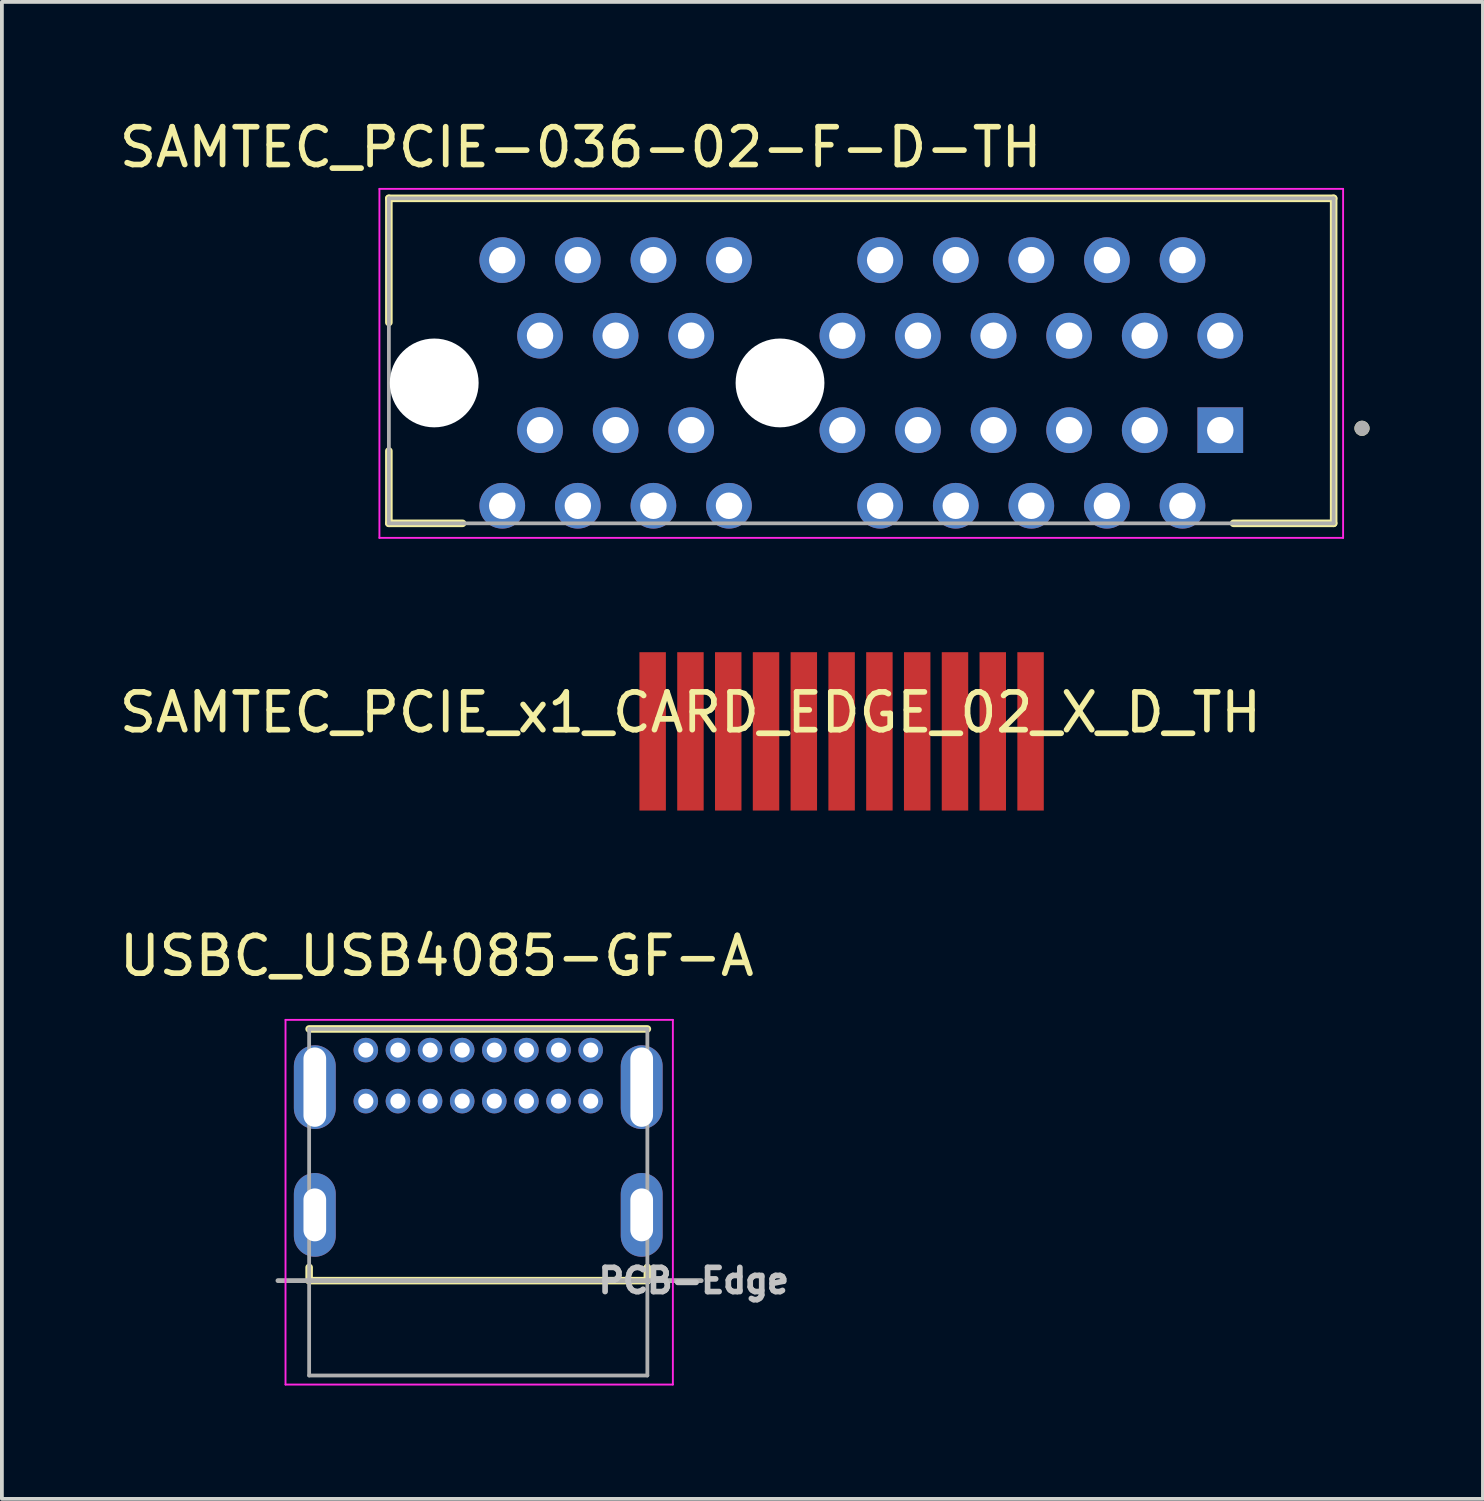
<source format=kicad_pcb>
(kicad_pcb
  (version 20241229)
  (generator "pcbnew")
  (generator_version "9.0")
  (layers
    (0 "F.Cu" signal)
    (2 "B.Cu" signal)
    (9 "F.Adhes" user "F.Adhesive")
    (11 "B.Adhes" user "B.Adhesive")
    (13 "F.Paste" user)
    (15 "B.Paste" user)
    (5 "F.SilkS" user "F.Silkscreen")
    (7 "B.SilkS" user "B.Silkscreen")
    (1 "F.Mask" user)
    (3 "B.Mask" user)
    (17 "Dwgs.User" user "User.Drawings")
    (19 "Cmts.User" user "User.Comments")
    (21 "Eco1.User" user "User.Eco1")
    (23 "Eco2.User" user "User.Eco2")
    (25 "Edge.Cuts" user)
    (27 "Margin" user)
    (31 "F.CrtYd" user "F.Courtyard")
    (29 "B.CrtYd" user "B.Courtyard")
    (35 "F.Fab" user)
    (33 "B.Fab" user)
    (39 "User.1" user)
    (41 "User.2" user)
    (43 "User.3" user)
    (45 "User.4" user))
  (footprint "USBC_USB4085-GF-A"
    (layer "F.Cu")
    (at 9.605 28.762)
    (property "Reference" "USBC_USB4085-GF-A" (at -1.097 -6.515 0) (layer "F.SilkS") (effects (font (size 1 1) (thickness 0.15))))
    (attr through_hole)
    (fp_line (start -4.475 -4.585) (end 4.475 -4.585) (stroke (width 0.2) (type solid)) (layer "F.SilkS"))
    (fp_line (start -4.475 1.725) (end -4.475 2.075) (stroke (width 0.2) (type solid)) (layer "F.SilkS"))
    (fp_line (start -4.475 2.075) (end 4.475 2.075) (stroke (width 0.2) (type solid)) (layer "F.SilkS"))
    (fp_line (start 4.475 2.075) (end 4.475 1.725) (stroke (width 0.2) (type solid)) (layer "F.SilkS"))
    (fp_line (start -5.1 -4.825) (end 5.15 -4.825) (stroke (width 0.05) (type solid)) (layer "F.CrtYd"))
    (fp_line (start -5.1 4.825) (end -5.1 -4.825) (stroke (width 0.05) (type solid)) (layer "F.CrtYd"))
    (fp_line (start 5.15 -4.825) (end 5.15 4.825) (stroke (width 0.05) (type solid)) (layer "F.CrtYd"))
    (fp_line (start 5.15 4.825) (end -5.1 4.825) (stroke (width 0.05) (type solid)) (layer "F.CrtYd"))
    (fp_line (start -5.3 2.075) (end 5.9 2.075) (stroke (width 0.127) (type solid)) (layer "F.Fab"))
    (fp_line (start -4.475 -4.585) (end 4.475 -4.585) (stroke (width 0.1) (type solid)) (layer "F.Fab"))
    (fp_line (start -4.475 4.585) (end -4.475 -4.585) (stroke (width 0.1) (type solid)) (layer "F.Fab"))
    (fp_line (start 4.475 -4.585) (end 4.475 4.585) (stroke (width 0.1) (type solid)) (layer "F.Fab"))
    (fp_line (start 4.475 4.585) (end -4.475 4.585) (stroke (width 0.1) (type solid)) (layer "F.Fab"))
    (fp_text user "PCB-Edge" (at 5.703 2.076 0) (layer "Dwgs.User") (effects (font (size 0.64 0.64) (thickness 0.15))))
    (pad "A1" thru_hole circle (at -2.975 -4.025) (size 0.65 0.65) (drill 0.4) (layers "*.Cu" "*.Mask"))
    (pad "A4" thru_hole circle (at -2.125 -4.025) (size 0.65 0.65) (drill 0.4) (layers "*.Cu" "*.Mask"))
    (pad "A5" thru_hole circle (at -1.275 -4.025) (size 0.65 0.65) (drill 0.4) (layers "*.Cu" "*.Mask"))
    (pad "A6" thru_hole circle (at -0.425 -4.025) (size 0.65 0.65) (drill 0.4) (layers "*.Cu" "*.Mask"))
    (pad "A7" thru_hole circle (at 0.425 -4.025) (size 0.65 0.65) (drill 0.4) (layers "*.Cu" "*.Mask"))
    (pad "A8" thru_hole circle (at 1.275 -4.025) (size 0.65 0.65) (drill 0.4) (layers "*.Cu" "*.Mask"))
    (pad "A9" thru_hole circle (at 2.125 -4.025) (size 0.65 0.65) (drill 0.4) (layers "*.Cu" "*.Mask"))
    (pad "A12" thru_hole circle (at 2.975 -4.025) (size 0.65 0.65) (drill 0.4) (layers "*.Cu" "*.Mask"))
    (pad "B1" thru_hole circle (at 2.975 -2.675) (size 0.65 0.65) (drill 0.4) (layers "*.Cu" "*.Mask"))
    (pad "B4" thru_hole circle (at 2.125 -2.675) (size 0.65 0.65) (drill 0.4) (layers "*.Cu" "*.Mask"))
    (pad "B5" thru_hole circle (at 1.275 -2.675) (size 0.65 0.65) (drill 0.4) (layers "*.Cu" "*.Mask"))
    (pad "B6" thru_hole circle (at 0.425 -2.675) (size 0.65 0.65) (drill 0.4) (layers "*.Cu" "*.Mask"))
    (pad "B7" thru_hole circle (at -0.425 -2.675) (size 0.65 0.65) (drill 0.4) (layers "*.Cu" "*.Mask"))
    (pad "B8" thru_hole circle (at -1.275 -2.675) (size 0.65 0.65) (drill 0.4) (layers "*.Cu" "*.Mask"))
    (pad "B9" thru_hole circle (at -2.125 -2.675) (size 0.65 0.65) (drill 0.4) (layers "*.Cu" "*.Mask"))
    (pad "B12" thru_hole circle (at -2.975 -2.675) (size 0.65 0.65) (drill 0.4) (layers "*.Cu" "*.Mask"))
    (pad "P1" thru_hole oval (at -4.325 -3.045) (size 1.108 2.216) (drill oval 0.6 2.1) (layers "*.Cu" "*.Mask"))
    (pad "P2" thru_hole oval (at 4.325 -3.045) (size 1.108 2.216) (drill oval 0.6 2.1) (layers "*.Cu" "*.Mask"))
    (pad "P3" thru_hole oval (at 4.325 0.335) (size 1.108 2.216) (drill oval 0.6 1.4) (layers "*.Cu" "*.Mask"))
    (pad "P4" thru_hole oval (at -4.325 0.335) (size 1.108 2.216) (drill oval 0.6 1.4) (layers "*.Cu" "*.Mask")))
  (footprint "SAMTEC_PCIE_x1_CARD_EDGE_02_X_D_TH"
    (layer "F.Cu")
    (at 15.22 16.303)
    (property "Reference" "SAMTEC_PCIE_x1_CARD_EDGE_02_X_D_TH" (at 0 -0.5 0) (unlocked yes) (layer "F.SilkS") (effects (font (size 1 1) (thickness 0.15))))
    (attr smd)
    (pad "1" smd rect (at -1 0) (size 0.7 4.19) (layers "F.Cu" "F.Mask" "F.Paste"))
    (pad "1" smd rect (at 0 0) (size 0.7 4.19) (layers "F.Cu" "F.Mask" "F.Paste"))
    (pad "1" smd rect (at 1 0) (size 0.7 4.19) (layers "F.Cu" "F.Mask" "F.Paste"))
    (pad "1" smd rect (at 2 0) (size 0.7 4.19) (layers "F.Cu" "F.Mask" "F.Paste"))
    (pad "1" smd rect (at 3 0) (size 0.7 4.19) (layers "F.Cu" "F.Mask" "F.Paste"))
    (pad "1" smd rect (at 4 0) (size 0.7 4.19) (layers "F.Cu" "F.Mask" "F.Paste"))
    (pad "1" smd rect (at 5 0) (size 0.7 4.19) (layers "F.Cu" "F.Mask" "F.Paste"))
    (pad "1" smd rect (at 6 0) (size 0.7 4.19) (layers "F.Cu" "F.Mask" "F.Paste"))
    (pad "1" smd rect (at 7 0) (size 0.7 4.19) (layers "F.Cu" "F.Mask" "F.Paste"))
    (pad "1" smd rect (at 8 0) (size 0.7 4.19) (layers "F.Cu" "F.Mask" "F.Paste"))
    (pad "1" smd rect (at 9 0) (size 0.7 4.19) (layers "F.Cu" "F.Mask" "F.Paste")))
  (footprint "SAMTEC_PCIE-036-02-F-D-TH"
    (layer "F.Cu")
    (at 19.74 6.498)
    (property "Reference" "SAMTEC_PCIE-036-02-F-D-TH" (at -7.425 -5.65 0) (layer "F.SilkS") (effects (font (size 1 1) (thickness 0.15))))
    (attr through_hole)
    (fp_line (start -12.5 -4.3) (end 12.5 -4.3) (stroke (width 0.2) (type solid)) (layer "F.SilkS"))
    (fp_line (start -12.5 -1.015) (end -12.5 -4.3) (stroke (width 0.2) (type solid)) (layer "F.SilkS"))
    (fp_line (start -12.5 4.3) (end -12.5 2.385) (stroke (width 0.2) (type solid)) (layer "F.SilkS"))
    (fp_line (start -10.55 4.3) (end -12.5 4.3) (stroke (width 0.2) (type solid)) (layer "F.SilkS"))
    (fp_line (start 12.5 -4.3) (end 12.5 4.3) (stroke (width 0.2) (type solid)) (layer "F.SilkS"))
    (fp_line (start 12.5 4.3) (end 9.85 4.3) (stroke (width 0.2) (type solid)) (layer "F.SilkS"))
    (fp_circle (center 13.25 1.785) (end 13.35 1.785) (stroke (width 0.2) (type solid)) (fill no) (layer "F.SilkS"))
    (fp_line (start -12.75 -4.55) (end 12.75 -4.55) (stroke (width 0.05) (type solid)) (layer "F.CrtYd"))
    (fp_line (start -12.75 4.685) (end -12.75 -4.55) (stroke (width 0.05) (type solid)) (layer "F.CrtYd"))
    (fp_line (start 12.75 -4.55) (end 12.75 4.685) (stroke (width 0.05) (type solid)) (layer "F.CrtYd"))
    (fp_line (start 12.75 4.685) (end -12.75 4.685) (stroke (width 0.05) (type solid)) (layer "F.CrtYd"))
    (fp_line (start -12.5 -4.3) (end 12.5 -4.3) (stroke (width 0.1) (type solid)) (layer "F.Fab"))
    (fp_line (start -12.5 4.3) (end -12.5 -4.3) (stroke (width 0.1) (type solid)) (layer "F.Fab"))
    (fp_line (start 12.5 -4.3) (end 12.5 4.3) (stroke (width 0.1) (type solid)) (layer "F.Fab"))
    (fp_line (start 12.5 4.3) (end -12.5 4.3) (stroke (width 0.1) (type solid)) (layer "F.Fab"))
    (fp_circle (center 13.25 1.785) (end 13.35 1.785) (stroke (width 0.2) (type solid)) (fill no) (layer "F.Fab"))
    (pad "" np_thru_hole circle (at -11.3 0.585) (size 2.35 2.35) (drill 2.35) (layers "*.Cu" "*.Mask"))
    (pad "" np_thru_hole circle (at -2.15 0.585) (size 2.35 2.35) (drill 2.35) (layers "*.Cu" "*.Mask"))
    (pad "A1" thru_hole rect (at 9.5 1.835) (size 1.208 1.208) (drill 0.7) (layers "*.Cu" "*.Mask"))
    (pad "A2" thru_hole circle (at 8.5 3.835) (size 1.208 1.208) (drill 0.7) (layers "*.Cu" "*.Mask"))
    (pad "A3" thru_hole circle (at 7.5 1.835) (size 1.208 1.208) (drill 0.7) (layers "*.Cu" "*.Mask"))
    (pad "A4" thru_hole circle (at 6.5 3.835) (size 1.208 1.208) (drill 0.7) (layers "*.Cu" "*.Mask"))
    (pad "A5" thru_hole circle (at 5.5 1.835) (size 1.208 1.208) (drill 0.7) (layers "*.Cu" "*.Mask"))
    (pad "A6" thru_hole circle (at 4.5 3.835) (size 1.208 1.208) (drill 0.7) (layers "*.Cu" "*.Mask"))
    (pad "A7" thru_hole circle (at 3.5 1.835) (size 1.208 1.208) (drill 0.7) (layers "*.Cu" "*.Mask"))
    (pad "A8" thru_hole circle (at 2.5 3.835) (size 1.208 1.208) (drill 0.7) (layers "*.Cu" "*.Mask"))
    (pad "A9" thru_hole circle (at 1.5 1.835) (size 1.208 1.208) (drill 0.7) (layers "*.Cu" "*.Mask"))
    (pad "A10" thru_hole circle (at 0.5 3.835) (size 1.208 1.208) (drill 0.7) (layers "*.Cu" "*.Mask"))
    (pad "A11" thru_hole circle (at -0.5 1.835) (size 1.208 1.208) (drill 0.7) (layers "*.Cu" "*.Mask"))
    (pad "A12" thru_hole circle (at -3.5 3.835) (size 1.208 1.208) (drill 0.7) (layers "*.Cu" "*.Mask"))
    (pad "A13" thru_hole circle (at -4.5 1.835) (size 1.208 1.208) (drill 0.7) (layers "*.Cu" "*.Mask"))
    (pad "A14" thru_hole circle (at -5.5 3.835) (size 1.208 1.208) (drill 0.7) (layers "*.Cu" "*.Mask"))
    (pad "A15" thru_hole circle (at -6.5 1.835) (size 1.208 1.208) (drill 0.7) (layers "*.Cu" "*.Mask"))
    (pad "A16" thru_hole circle (at -7.5 3.835) (size 1.208 1.208) (drill 0.7) (layers "*.Cu" "*.Mask"))
    (pad "A17" thru_hole circle (at -8.5 1.835) (size 1.208 1.208) (drill 0.7) (layers "*.Cu" "*.Mask"))
    (pad "A18" thru_hole circle (at -9.5 3.835) (size 1.208 1.208) (drill 0.7) (layers "*.Cu" "*.Mask"))
    (pad "B1" thru_hole circle (at 9.5 -0.665) (size 1.208 1.208) (drill 0.7) (layers "*.Cu" "*.Mask"))
    (pad "B2" thru_hole circle (at 8.5 -2.665) (size 1.208 1.208) (drill 0.7) (layers "*.Cu" "*.Mask"))
    (pad "B3" thru_hole circle (at 7.5 -0.665) (size 1.208 1.208) (drill 0.7) (layers "*.Cu" "*.Mask"))
    (pad "B4" thru_hole circle (at 6.5 -2.665) (size 1.208 1.208) (drill 0.7) (layers "*.Cu" "*.Mask"))
    (pad "B5" thru_hole circle (at 5.5 -0.665) (size 1.208 1.208) (drill 0.7) (layers "*.Cu" "*.Mask"))
    (pad "B6" thru_hole circle (at 4.5 -2.665) (size 1.208 1.208) (drill 0.7) (layers "*.Cu" "*.Mask"))
    (pad "B7" thru_hole circle (at 3.5 -0.665) (size 1.208 1.208) (drill 0.7) (layers "*.Cu" "*.Mask"))
    (pad "B8" thru_hole circle (at 2.5 -2.665) (size 1.208 1.208) (drill 0.7) (layers "*.Cu" "*.Mask"))
    (pad "B9" thru_hole circle (at 1.5 -0.665) (size 1.208 1.208) (drill 0.7) (layers "*.Cu" "*.Mask"))
    (pad "B10" thru_hole circle (at 0.5 -2.665) (size 1.208 1.208) (drill 0.7) (layers "*.Cu" "*.Mask"))
    (pad "B11" thru_hole circle (at -0.5 -0.665) (size 1.208 1.208) (drill 0.7) (layers "*.Cu" "*.Mask"))
    (pad "B12" thru_hole circle (at -3.5 -2.665) (size 1.208 1.208) (drill 0.7) (layers "*.Cu" "*.Mask"))
    (pad "B13" thru_hole circle (at -4.5 -0.665) (size 1.208 1.208) (drill 0.7) (layers "*.Cu" "*.Mask"))
    (pad "B14" thru_hole circle (at -5.5 -2.665) (size 1.208 1.208) (drill 0.7) (layers "*.Cu" "*.Mask"))
    (pad "B15" thru_hole circle (at -6.5 -0.665) (size 1.208 1.208) (drill 0.7) (layers "*.Cu" "*.Mask"))
    (pad "B16" thru_hole circle (at -7.5 -2.665) (size 1.208 1.208) (drill 0.7) (layers "*.Cu" "*.Mask"))
    (pad "B17" thru_hole circle (at -8.5 -0.665) (size 1.208 1.208) (drill 0.7) (layers "*.Cu" "*.Mask"))
    (pad "B18" thru_hole circle (at -9.5 -2.665) (size 1.208 1.208) (drill 0.7) (layers "*.Cu" "*.Mask")))
  (gr_rect
    (start -3 -3)
    (end 36.19 36.612)
    (stroke (width 0.1) (type default))
    (fill no)
    (layer "Edge.Cuts")))
</source>
